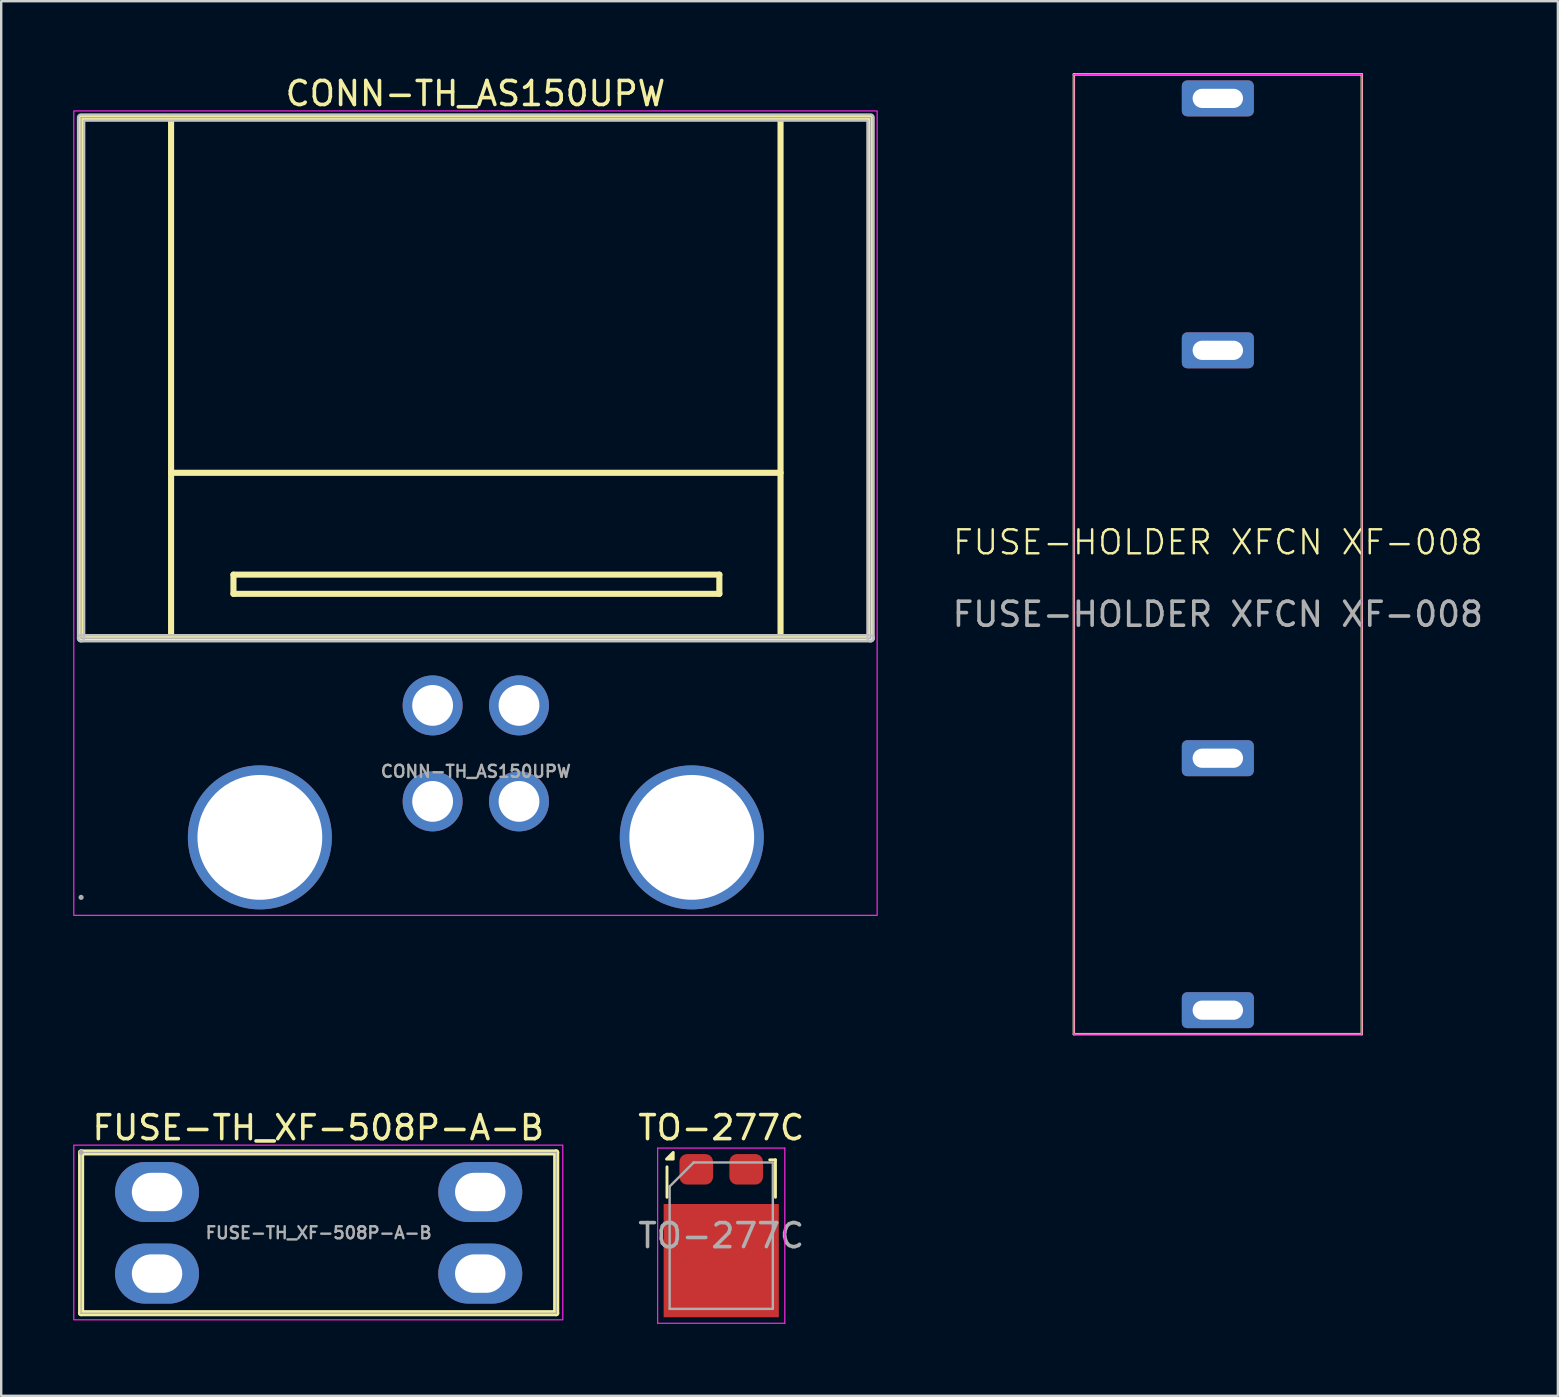
<source format=kicad_pcb>
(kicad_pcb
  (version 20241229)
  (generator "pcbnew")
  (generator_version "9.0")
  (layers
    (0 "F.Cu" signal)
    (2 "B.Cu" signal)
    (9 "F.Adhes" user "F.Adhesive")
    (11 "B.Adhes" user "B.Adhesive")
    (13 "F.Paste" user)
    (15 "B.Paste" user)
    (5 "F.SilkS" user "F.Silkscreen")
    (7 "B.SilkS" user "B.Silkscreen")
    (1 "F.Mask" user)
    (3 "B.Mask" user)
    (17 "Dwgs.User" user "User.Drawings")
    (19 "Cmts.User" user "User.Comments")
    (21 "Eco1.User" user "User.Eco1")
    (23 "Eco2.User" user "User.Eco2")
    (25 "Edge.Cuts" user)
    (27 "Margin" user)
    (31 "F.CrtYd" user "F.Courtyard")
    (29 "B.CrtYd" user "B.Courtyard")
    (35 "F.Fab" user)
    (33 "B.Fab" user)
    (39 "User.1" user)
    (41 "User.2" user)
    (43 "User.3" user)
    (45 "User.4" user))
  (footprint "FUSE-HOLDER XFCN XF-008"
    (layer "F.Cu")
    (at 47.704 20.05)
    (property "Reference" "FUSE-HOLDER XFCN XF-008" (at 0 -0.5 0) (unlocked yes) (layer "F.SilkS") (effects (font (size 1 1) (thickness 0.1))))
    (fp_line (start -6 -20) (end -6 20) (stroke (width 0.1) (type default)) (layer "F.SilkS"))
    (fp_rect (start -6 -20) (end 6 -20) (stroke (width 0.1) (type default)) (fill no) (layer "F.SilkS"))
    (fp_rect (start -6 20) (end 6 20) (stroke (width 0.1) (type default)) (fill no) (layer "F.SilkS"))
    (fp_rect (start 6 -20) (end 6 20) (stroke (width 0.1) (type default)) (fill no) (layer "F.SilkS"))
    (fp_line (start -6 -20) (end 6 -20) (stroke (width 0.05) (type default)) (layer "F.CrtYd"))
    (fp_line (start -6 20) (end -6 -20) (stroke (width 0.05) (type default)) (layer "F.CrtYd"))
    (fp_line (start 6 -20) (end 6 20) (stroke (width 0.05) (type default)) (layer "F.CrtYd"))
    (fp_line (start 6 20) (end -6 20) (stroke (width 0.05) (type default)) (layer "F.CrtYd"))
    (fp_line (start 0 19) (end 0 -19) (stroke (width 0.1) (type solid)) (layer "User.1"))
    (fp_text user "${REFERENCE}" (at 0 2.5 0) (unlocked yes) (layer "F.Fab") (effects (font (size 1 1) (thickness 0.15))))
    (pad "1" thru_hole roundrect (at 0 -19) (size 3 1.5) (drill oval 2.1 0.8) (layers "*.Cu" "*.Mask") (roundrect_rratio 0.15))
    (pad "1" thru_hole roundrect (at 0 -8.5) (size 3 1.5) (drill oval 2.1 0.8) (layers "*.Cu" "*.Mask") (roundrect_rratio 0.15))
    (pad "2" thru_hole roundrect (at 0 8.5) (size 3 1.5) (drill oval 2.1 0.8) (layers "*.Cu" "*.Mask") (roundrect_rratio 0.15))
    (pad "2" thru_hole roundrect (at 0 19) (size 3 1.5) (drill oval 2.1 0.8) (layers "*.Cu" "*.Mask") (roundrect_rratio 0.15)))
  (footprint "TO-277C"
    (layer "F.Cu")
    (at 27.008 48.448)
    (property "Reference" "TO-277C" (at 0 -4.5 180) (layer "F.SilkS") (effects (font (size 1 1) (thickness 0.15))))
    (attr smd)
    (fp_line (start -2.26 -2.87) (end -2.26 -1.6) (stroke (width 0.12) (type solid)) (layer "F.SilkS"))
    (fp_line (start 2.26 -3.16) (end 2.02 -3.16) (stroke (width 0.12) (type solid)) (layer "F.SilkS"))
    (fp_line (start 2.26 -3.16) (end 2.26 -1.6) (stroke (width 0.12) (type solid)) (layer "F.SilkS"))
    (fp_poly (pts (xy -2 -3.19) (xy -2.28 -3.19) (xy -2 -3.47) (xy -2 -3.19)) (stroke (width 0.12) (type solid)) (fill yes) (layer "F.SilkS"))
    (fp_line (start -2.65 -3.65) (end -2.65 3.65) (stroke (width 0.05) (type solid)) (layer "F.CrtYd"))
    (fp_line (start -2.65 -3.65) (end 2.65 -3.65) (stroke (width 0.05) (type solid)) (layer "F.CrtYd"))
    (fp_line (start 2.65 3.65) (end -2.65 3.65) (stroke (width 0.05) (type solid)) (layer "F.CrtYd"))
    (fp_line (start 2.65 3.65) (end 2.65 -3.65) (stroke (width 0.05) (type solid)) (layer "F.CrtYd"))
    (fp_line (start -2.15 -2.05) (end -2.15 3.05) (stroke (width 0.1) (type solid)) (layer "F.Fab"))
    (fp_line (start -2.15 3.05) (end 2.15 3.05) (stroke (width 0.1) (type solid)) (layer "F.Fab"))
    (fp_line (start -1.15 -3.05) (end -2.15 -2.05) (stroke (width 0.1) (type solid)) (layer "F.Fab"))
    (fp_line (start 2.15 -3.05) (end -1.15 -3.05) (stroke (width 0.1) (type solid)) (layer "F.Fab"))
    (fp_line (start 2.15 3.05) (end 2.15 -3.05) (stroke (width 0.1) (type solid)) (layer "F.Fab"))
    (fp_text user "${REFERENCE}" (at 0 0 0) (layer "F.Fab") (effects (font (size 1 1) (thickness 0.15))))
    (pad "" smd roundrect (at -1.7 -0.65 180) (size 1.25 1.2) (layers "F.Paste") (roundrect_rratio 0.25))
    (pad "" smd roundrect (at -1.7 1.04 180) (size 1.25 1.2) (layers "F.Paste") (roundrect_rratio 0.25))
    (pad "" smd roundrect (at -1.7 2.7 180) (size 1.25 1.2) (layers "F.Paste") (roundrect_rratio 0.25))
    (pad "" smd roundrect (at 0 -0.65 180) (size 1.25 1.2) (layers "F.Paste") (roundrect_rratio 0.25))
    (pad "" smd roundrect (at 0 1.04 180) (size 1.25 1.2) (layers "F.Paste") (roundrect_rratio 0.25))
    (pad "" smd roundrect (at 0 2.7 180) (size 1.25 1.2) (layers "F.Paste") (roundrect_rratio 0.25))
    (pad "" smd roundrect (at 1.7 -0.65 180) (size 1.25 1.2) (layers "F.Paste") (roundrect_rratio 0.25))
    (pad "" smd roundrect (at 1.7 1.04 180) (size 1.25 1.2) (layers "F.Paste") (roundrect_rratio 0.25))
    (pad "" smd roundrect (at 1.7 2.7 180) (size 1.25 1.2) (layers "F.Paste") (roundrect_rratio 0.25))
    (pad "1" smd rect (at 0 1.04) (size 4.8 4.72) (layers "F.Cu" "F.Mask"))
    (pad "2" smd roundrect (at -1.04 -2.765) (size 1.4 1.27) (layers "F.Cu" "F.Mask" "F.Paste") (roundrect_rratio 0.25))
    (pad "2" smd roundrect (at 1.04 -2.765) (size 1.4 1.27) (layers "F.Cu" "F.Mask" "F.Paste") (roundrect_rratio 0.25)))
  (footprint "CONN-TH_AS150UPW"
    (layer "F.Cu")
    (at 16.78 29.099)
    (property "Reference" "CONN-TH_AS150UPW" (at -0.015 -28.25 0) (layer "F.SilkS") (effects (font (size 1 1) (thickness 0.15))))
    (fp_line (start -16.45 -27.25) (end 16.45 -27.25) (stroke (width 0.254) (type default)) (layer "F.SilkS"))
    (fp_line (start -16.45 -5.55) (end -16.45 -27.25) (stroke (width 0.254) (type default)) (layer "F.SilkS"))
    (fp_line (start -12.7 -12.445) (end 12.7 -12.445) (stroke (width 0.254) (type default)) (layer "F.SilkS"))
    (fp_line (start -12.7 -5.55) (end -12.7 -27.25) (stroke (width 0.254) (type default)) (layer "F.SilkS"))
    (fp_line (start -10.1 -8.2) (end 10.15 -8.2) (stroke (width 0.254) (type default)) (layer "F.SilkS"))
    (fp_line (start -10.1 -7.4) (end -10.1 -8.2) (stroke (width 0.254) (type default)) (layer "F.SilkS"))
    (fp_line (start 10.15 -8.2) (end 10.15 -7.4) (stroke (width 0.254) (type default)) (layer "F.SilkS"))
    (fp_line (start 10.15 -7.4) (end -10.1 -7.4) (stroke (width 0.254) (type default)) (layer "F.SilkS"))
    (fp_line (start 12.7 -27.25) (end 12.7 -5.55) (stroke (width 0.254) (type default)) (layer "F.SilkS"))
    (fp_line (start 16.45 -27.25) (end 16.45 -5.55) (stroke (width 0.254) (type default)) (layer "F.SilkS"))
    (fp_line (start 16.45 -5.55) (end -16.45 -5.55) (stroke (width 0.254) (type default)) (layer "F.SilkS"))
    (fp_poly (pts (arc (start 16.45 -5.677) (mid 16.577 -5.55) (end 16.45 -5.423)) (arc (start -16.45 -5.423) (mid -16.577 -5.55) (end -16.45 -5.677))) (stroke (width 0.1) (type default)) (fill no) (layer "Dwgs.User"))
    (fp_poly (pts (arc (start -16.323 -5.55) (mid -16.45 -5.423) (end -16.577 -5.55)) (arc (start -16.577 -27.25) (mid -16.539803 -27.339803) (end -16.45 -27.377)) (arc (start 16.45 -27.377) (mid 16.539803 -27.339803) (end 16.577 -27.25)) (arc (start 16.577 -5.55) (mid 16.45 -5.423) (end 16.323 -5.55)) (xy 16.323 -27.123) (xy -16.323 -27.123)) (stroke (width 0.1) (type default)) (fill no) (layer "Dwgs.User"))
    (fp_rect (start -16.755 -27.526) (end 16.726 6) (stroke (width 0.05) (type default)) (fill no) (layer "F.CrtYd"))
    (fp_line (start -16.45 -27.25) (end 16.45 -27.25) (stroke (width 0.051) (type default)) (layer "F.Fab"))
    (fp_line (start -16.45 -5.55) (end -16.45 -27.25) (stroke (width 0.051) (type default)) (layer "F.Fab"))
    (fp_line (start 16.45 -27.25) (end 16.45 -5.55) (stroke (width 0.051) (type default)) (layer "F.Fab"))
    (fp_line (start 16.45 -5.55) (end -16.45 -5.55) (stroke (width 0.051) (type default)) (layer "F.Fab"))
    (fp_poly (pts (xy -16.395 5.227) (xy -16.427 5.195) (xy -16.473 5.195) (xy -16.505 5.227) (xy -16.505 5.273) (xy -16.473 5.305) (xy -16.427 5.305) (xy -16.395 5.273)) (stroke (width 0.1) (type default)) (fill no) (layer "F.Fab"))
    (fp_poly (pts (xy -1.054 -2.824) (xy -1.082 -2.968) (xy -1.139 -3.104) (xy -1.22 -3.226) (xy -1.324 -3.33) (xy -1.446 -3.411) (xy -1.582 -3.468) (xy -1.726 -3.496) (xy -1.874 -3.496) (xy -2.018 -3.468) (xy -2.154 -3.411) (xy -2.276 -3.33) (xy -2.38 -3.226) (xy -2.461 -3.104) (xy -2.518 -2.968) (xy -2.546 -2.824) (xy -2.546 -2.676) (xy -2.518 -2.532) (xy -2.461 -2.396) (xy -2.38 -2.274) (xy -2.276 -2.17) (xy -2.154 -2.089) (xy -2.018 -2.032) (xy -1.874 -2.004) (xy -1.726 -2.004) (xy -1.582 -2.032) (xy -1.446 -2.089) (xy -1.324 -2.17) (xy -1.22 -2.274) (xy -1.139 -2.396) (xy -1.082 -2.532) (xy -1.054 -2.676)) (stroke (width 0.1) (type default)) (fill no) (layer "User.1"))
    (fp_poly (pts (xy -1.054 1.176) (xy -1.082 1.032) (xy -1.139 0.896) (xy -1.22 0.774) (xy -1.324 0.67) (xy -1.446 0.589) (xy -1.582 0.532) (xy -1.726 0.504) (xy -1.874 0.504) (xy -2.018 0.532) (xy -2.154 0.589) (xy -2.276 0.67) (xy -2.38 0.774) (xy -2.461 0.896) (xy -2.518 1.032) (xy -2.546 1.176) (xy -2.546 1.324) (xy -2.518 1.468) (xy -2.461 1.604) (xy -2.38 1.726) (xy -2.276 1.83) (xy -2.154 1.911) (xy -2.018 1.968) (xy -1.874 1.996) (xy -1.726 1.996) (xy -1.582 1.968) (xy -1.446 1.911) (xy -1.324 1.83) (xy -1.22 1.726) (xy -1.139 1.604) (xy -1.082 1.468) (xy -1.054 1.324)) (stroke (width 0.1) (type default)) (fill no) (layer "User.1"))
    (fp_poly (pts (xy 2.546 -2.824) (xy 2.518 -2.968) (xy 2.461 -3.104) (xy 2.38 -3.226) (xy 2.276 -3.33) (xy 2.154 -3.411) (xy 2.018 -3.468) (xy 1.874 -3.496) (xy 1.726 -3.496) (xy 1.582 -3.468) (xy 1.446 -3.411) (xy 1.324 -3.33) (xy 1.22 -3.226) (xy 1.139 -3.104) (xy 1.082 -2.968) (xy 1.054 -2.824) (xy 1.054 -2.676) (xy 1.082 -2.532) (xy 1.139 -2.396) (xy 1.22 -2.274) (xy 1.324 -2.17) (xy 1.446 -2.089) (xy 1.582 -2.032) (xy 1.726 -2.004) (xy 1.874 -2.004) (xy 2.018 -2.032) (xy 2.154 -2.089) (xy 2.276 -2.17) (xy 2.38 -2.274) (xy 2.461 -2.396) (xy 2.518 -2.532) (xy 2.546 -2.676)) (stroke (width 0.1) (type default)) (fill no) (layer "User.1"))
    (fp_poly (pts (xy 2.546 1.176) (xy 2.518 1.032) (xy 2.461 0.896) (xy 2.38 0.774) (xy 2.276 0.67) (xy 2.154 0.589) (xy 2.018 0.532) (xy 1.874 0.504) (xy 1.726 0.504) (xy 1.582 0.532) (xy 1.446 0.589) (xy 1.324 0.67) (xy 1.22 0.774) (xy 1.139 0.896) (xy 1.082 1.032) (xy 1.054 1.176) (xy 1.054 1.324) (xy 1.082 1.468) (xy 1.139 1.604) (xy 1.22 1.726) (xy 1.324 1.83) (xy 1.446 1.911) (xy 1.582 1.968) (xy 1.726 1.996) (xy 1.874 1.996) (xy 2.018 1.968) (xy 2.154 1.911) (xy 2.276 1.83) (xy 2.38 1.726) (xy 2.461 1.604) (xy 2.518 1.468) (xy 2.546 1.324)) (stroke (width 0.1) (type default)) (fill no) (layer "User.1"))
    (fp_poly (pts (xy -6.504 2.61) (xy -6.535 2.331) (xy -6.598 2.058) (xy -6.69 1.793) (xy -6.812 1.541) (xy -6.961 1.303) (xy -7.136 1.084) (xy -7.334 0.886) (xy -7.553 0.711) (xy -7.791 0.562) (xy -8.043 0.44) (xy -8.308 0.348) (xy -8.581 0.285) (xy -8.86 0.254) (xy -9.14 0.254) (xy -9.419 0.285) (xy -9.692 0.348) (xy -9.957 0.44) (xy -10.209 0.562) (xy -10.447 0.711) (xy -10.666 0.886) (xy -10.864 1.084) (xy -11.039 1.303) (xy -11.188 1.541) (xy -11.31 1.793) (xy -11.402 2.058) (xy -11.465 2.331) (xy -11.496 2.61) (xy -11.496 2.89) (xy -11.465 3.169) (xy -11.402 3.442) (xy -11.31 3.707) (xy -11.188 3.959) (xy -11.039 4.197) (xy -10.864 4.416) (xy -10.666 4.614) (xy -10.447 4.789) (xy -10.209 4.938) (xy -9.957 5.06) (xy -9.692 5.152) (xy -9.419 5.215) (xy -9.14 5.246) (xy -8.86 5.246) (xy -8.581 5.215) (xy -8.308 5.152) (xy -8.043 5.06) (xy -7.791 4.938) (xy -7.553 4.789) (xy -7.334 4.614) (xy -7.136 4.416) (xy -6.961 4.197) (xy -6.812 3.959) (xy -6.69 3.707) (xy -6.598 3.442) (xy -6.535 3.169) (xy -6.504 2.89)) (stroke (width 0.1) (type default)) (fill no) (layer "User.1"))
    (fp_poly (pts (xy 11.496 2.61) (xy 11.465 2.331) (xy 11.402 2.058) (xy 11.31 1.793) (xy 11.188 1.541) (xy 11.039 1.303) (xy 10.864 1.084) (xy 10.666 0.886) (xy 10.447 0.711) (xy 10.209 0.562) (xy 9.957 0.44) (xy 9.692 0.348) (xy 9.419 0.285) (xy 9.14 0.254) (xy 8.86 0.254) (xy 8.581 0.285) (xy 8.308 0.348) (xy 8.043 0.44) (xy 7.791 0.562) (xy 7.553 0.711) (xy 7.334 0.886) (xy 7.136 1.084) (xy 6.961 1.303) (xy 6.812 1.541) (xy 6.69 1.793) (xy 6.598 2.058) (xy 6.535 2.331) (xy 6.504 2.61) (xy 6.504 2.89) (xy 6.535 3.169) (xy 6.598 3.442) (xy 6.69 3.707) (xy 6.812 3.959) (xy 6.961 4.197) (xy 7.136 4.416) (xy 7.334 4.614) (xy 7.553 4.789) (xy 7.791 4.938) (xy 8.043 5.06) (xy 8.308 5.152) (xy 8.581 5.215) (xy 8.86 5.246) (xy 9.14 5.246) (xy 9.419 5.215) (xy 9.692 5.152) (xy 9.957 5.06) (xy 10.209 4.938) (xy 10.447 4.789) (xy 10.666 4.614) (xy 10.864 4.416) (xy 11.039 4.197) (xy 11.188 3.959) (xy 11.31 3.707) (xy 11.402 3.442) (xy 11.465 3.169) (xy 11.496 2.89)) (stroke (width 0.1) (type default)) (fill no) (layer "User.1"))
    (fp_text user "${REFERENCE}" (at 0 0 0) (layer "F.Fab") (effects (font (size 0.5 0.5) (thickness 0.1))))
    (pad "1" thru_hole circle (at -9 2.75) (size 6 6) (drill 5.2) (layers "*.Cu" "*.Mask"))
    (pad "2" thru_hole circle (at 9 2.75) (size 6 6) (drill 5.2) (layers "*.Cu" "*.Mask"))
    (pad "3" thru_hole circle (at -1.8 -2.75) (size 2.5 2.5) (drill 1.7) (layers "*.Cu" "*.Mask"))
    (pad "4" thru_hole circle (at 1.8 -2.75) (size 2.5 2.5) (drill 1.7) (layers "*.Cu" "*.Mask"))
    (pad "5" thru_hole circle (at -1.8 1.25) (size 2.5 2.5) (drill 1.7) (layers "*.Cu" "*.Mask"))
    (pad "6" thru_hole circle (at 1.8 1.25) (size 2.5 2.5) (drill 1.7) (layers "*.Cu" "*.Mask")))
  (footprint "FUSE-TH_XF-508P-A-B"
    (layer "F.Cu")
    (at 10.23 48.329)
    (property "Reference" "FUSE-TH_XF-508P-A-B" (at -0.015 -4.38 0) (layer "F.SilkS") (effects (font (size 1 1) (thickness 0.15))))
    (fp_line (start -9.9 -3.35) (end -9.9 3.35) (stroke (width 0.254) (type default)) (layer "F.SilkS"))
    (fp_line (start -9.9 3.35) (end 9.9 3.35) (stroke (width 0.254) (type default)) (layer "F.SilkS"))
    (fp_line (start 9.9 -3.35) (end -9.9 -3.35) (stroke (width 0.254) (type default)) (layer "F.SilkS"))
    (fp_line (start 9.9 3.35) (end 9.9 -3.35) (stroke (width 0.254) (type default)) (layer "F.SilkS"))
    (fp_rect (start -10.205 -3.655) (end 10.175 3.626) (stroke (width 0.05) (type default)) (fill no) (layer "F.CrtYd"))
    (fp_line (start -9.9 -3.35) (end 9.9 -3.35) (stroke (width 0.051) (type default)) (layer "F.Fab"))
    (fp_line (start -9.9 3.35) (end -9.9 -3.35) (stroke (width 0.051) (type default)) (layer "F.Fab"))
    (fp_line (start 9.9 -3.35) (end 9.9 3.35) (stroke (width 0.051) (type default)) (layer "F.Fab"))
    (fp_line (start 9.9 3.35) (end -9.9 3.35) (stroke (width 0.051) (type default)) (layer "F.Fab"))
    (fp_poly (pts (xy -9.845 -3.373) (xy -9.877 -3.405) (xy -9.923 -3.405) (xy -9.955 -3.373) (xy -9.955 -3.327) (xy -9.923 -3.295) (xy -9.877 -3.295) (xy -9.845 -3.327)) (stroke (width 0.1) (type default)) (fill no) (layer "F.Fab"))
    (fp_poly (pts (xy -7.535 -1.9) (xy -5.935 -1.9) (xy -5.935 -1.5) (xy -7.535 -1.5)) (stroke (width 0.1) (type default)) (fill no) (layer "User.1"))
    (fp_poly (pts (xy -7.535 1.5) (xy -5.935 1.5) (xy -5.935 1.9) (xy -7.535 1.9)) (stroke (width 0.1) (type default)) (fill no) (layer "User.1"))
    (fp_poly (pts (xy 5.935 -1.9) (xy 7.535 -1.9) (xy 7.535 -1.5) (xy 5.935 -1.5)) (stroke (width 0.1) (type default)) (fill no) (layer "User.1"))
    (fp_poly (pts (xy 5.935 1.5) (xy 7.535 1.5) (xy 7.535 1.9) (xy 5.935 1.9)) (stroke (width 0.1) (type default)) (fill no) (layer "User.1"))
    (fp_text user "${REFERENCE}" (at 0 0 0) (layer "F.Fab") (effects (font (size 0.5 0.5) (thickness 0.1))))
    (pad "1" thru_hole oval (at -6.735 -1.7) (size 3.5 2.5) (drill oval 2.1 1.6) (layers "*.Cu" "*.Mask"))
    (pad "1" thru_hole oval (at -6.735 1.7) (size 3.5 2.5) (drill oval 2.1 1.6) (layers "*.Cu" "*.Mask"))
    (pad "2" thru_hole oval (at 6.735 -1.7) (size 3.5 2.5) (drill oval 2.1 1.6) (layers "*.Cu" "*.Mask"))
    (pad "2" thru_hole oval (at 6.735 1.7) (size 3.5 2.5) (drill oval 2.1 1.6) (layers "*.Cu" "*.Mask")))
  (gr_rect
    (start -3 -3)
    (end 61.876 55.123)
    (stroke (width 0.1) (type default))
    (fill no)
    (layer "Edge.Cuts")))
</source>
